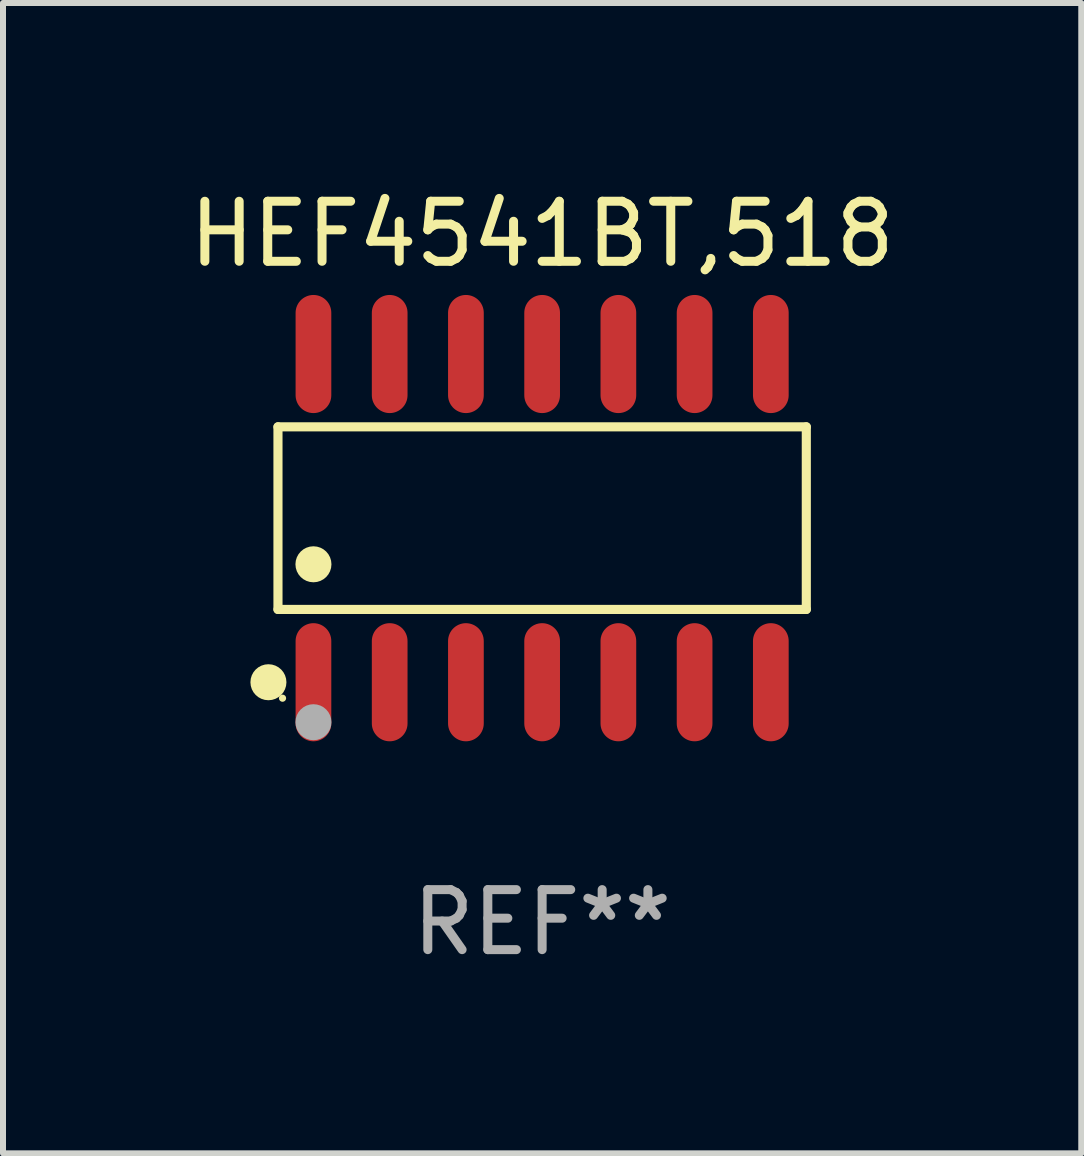
<source format=kicad_pcb>
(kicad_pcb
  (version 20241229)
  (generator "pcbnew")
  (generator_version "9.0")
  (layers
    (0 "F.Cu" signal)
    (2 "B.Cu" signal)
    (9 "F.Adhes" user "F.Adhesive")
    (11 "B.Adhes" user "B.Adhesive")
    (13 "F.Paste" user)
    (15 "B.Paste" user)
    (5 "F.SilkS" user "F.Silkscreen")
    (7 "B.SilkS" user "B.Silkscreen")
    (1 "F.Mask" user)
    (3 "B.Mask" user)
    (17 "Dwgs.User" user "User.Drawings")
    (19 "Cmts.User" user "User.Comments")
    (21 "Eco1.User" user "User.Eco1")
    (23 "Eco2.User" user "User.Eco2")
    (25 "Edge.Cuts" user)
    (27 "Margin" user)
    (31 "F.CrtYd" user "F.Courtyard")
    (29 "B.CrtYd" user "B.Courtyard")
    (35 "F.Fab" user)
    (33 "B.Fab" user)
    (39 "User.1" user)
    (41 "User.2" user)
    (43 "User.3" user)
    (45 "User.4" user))
  (footprint "HEF4541BT,518"
    (layer "F.Cu")
    (at 5.982 5.582)
    (property "Reference" "HEF4541BT,518" (at 0 -4.734 0) (layer "F.SilkS") (effects (font (size 1 1) (thickness 0.15))))
    (attr through_hole)
    (fp_line (start -4.401 -1.521) (end 4.401 -1.521) (stroke (width 0.152) (type solid)) (layer "F.SilkS"))
    (fp_line (start -4.401 1.521) (end -4.401 -1.521) (stroke (width 0.152) (type solid)) (layer "F.SilkS"))
    (fp_line (start 4.401 -1.521) (end 4.401 1.521) (stroke (width 0.152) (type solid)) (layer "F.SilkS"))
    (fp_line (start 4.401 1.521) (end -4.401 1.521) (stroke (width 0.152) (type solid)) (layer "F.SilkS"))
    (fp_circle (center -4.56 2.734) (end -4.41 2.734) (stroke (width 0.3) (type solid)) (fill no) (layer "F.SilkS"))
    (fp_circle (center -4.325 3) (end -4.295 3) (stroke (width 0.06) (type solid)) (fill no) (layer "F.SilkS"))
    (fp_circle (center -3.81 0.769) (end -3.66 0.769) (stroke (width 0.3) (type solid)) (fill no) (layer "F.SilkS"))
    (fp_circle (center -3.81 3.4) (end -3.66 3.4) (stroke (width 0.3) (type solid)) (fill no) (layer "F.Fab"))
    (fp_text user "REF**" (at 0 6.734 0) (layer "F.Fab") (effects (font (size 1 1) (thickness 0.15))))
    (pad "1" smd oval (at -3.81 2.734) (size 0.595 1.968) (layers "F.Cu" "F.Mask" "F.Paste"))
    (pad "2" smd oval (at -2.54 2.734) (size 0.595 1.968) (layers "F.Cu" "F.Mask" "F.Paste"))
    (pad "3" smd oval (at -1.27 2.734) (size 0.595 1.968) (layers "F.Cu" "F.Mask" "F.Paste"))
    (pad "4" smd oval (at 0 2.734) (size 0.595 1.968) (layers "F.Cu" "F.Mask" "F.Paste"))
    (pad "5" smd oval (at 1.27 2.734) (size 0.595 1.968) (layers "F.Cu" "F.Mask" "F.Paste"))
    (pad "6" smd oval (at 2.54 2.734) (size 0.595 1.968) (layers "F.Cu" "F.Mask" "F.Paste"))
    (pad "7" smd oval (at 3.81 2.734) (size 0.595 1.968) (layers "F.Cu" "F.Mask" "F.Paste"))
    (pad "8" smd oval (at 3.81 -2.734) (size 0.595 1.968) (layers "F.Cu" "F.Mask" "F.Paste"))
    (pad "9" smd oval (at 2.54 -2.734) (size 0.595 1.968) (layers "F.Cu" "F.Mask" "F.Paste"))
    (pad "10" smd oval (at 1.27 -2.734) (size 0.595 1.968) (layers "F.Cu" "F.Mask" "F.Paste"))
    (pad "11" smd oval (at 0 -2.734) (size 0.595 1.968) (layers "F.Cu" "F.Mask" "F.Paste"))
    (pad "12" smd oval (at -1.27 -2.734) (size 0.595 1.968) (layers "F.Cu" "F.Mask" "F.Paste"))
    (pad "13" smd oval (at -2.54 -2.734) (size 0.595 1.968) (layers "F.Cu" "F.Mask" "F.Paste"))
    (pad "14" smd oval (at -3.81 -2.734) (size 0.595 1.968) (layers "F.Cu" "F.Mask" "F.Paste")))
  (gr_rect
    (start -3 -3)
    (end 14.964 16.164)
    (stroke (width 0.1) (type default))
    (fill no)
    (layer "Edge.Cuts")))
</source>
